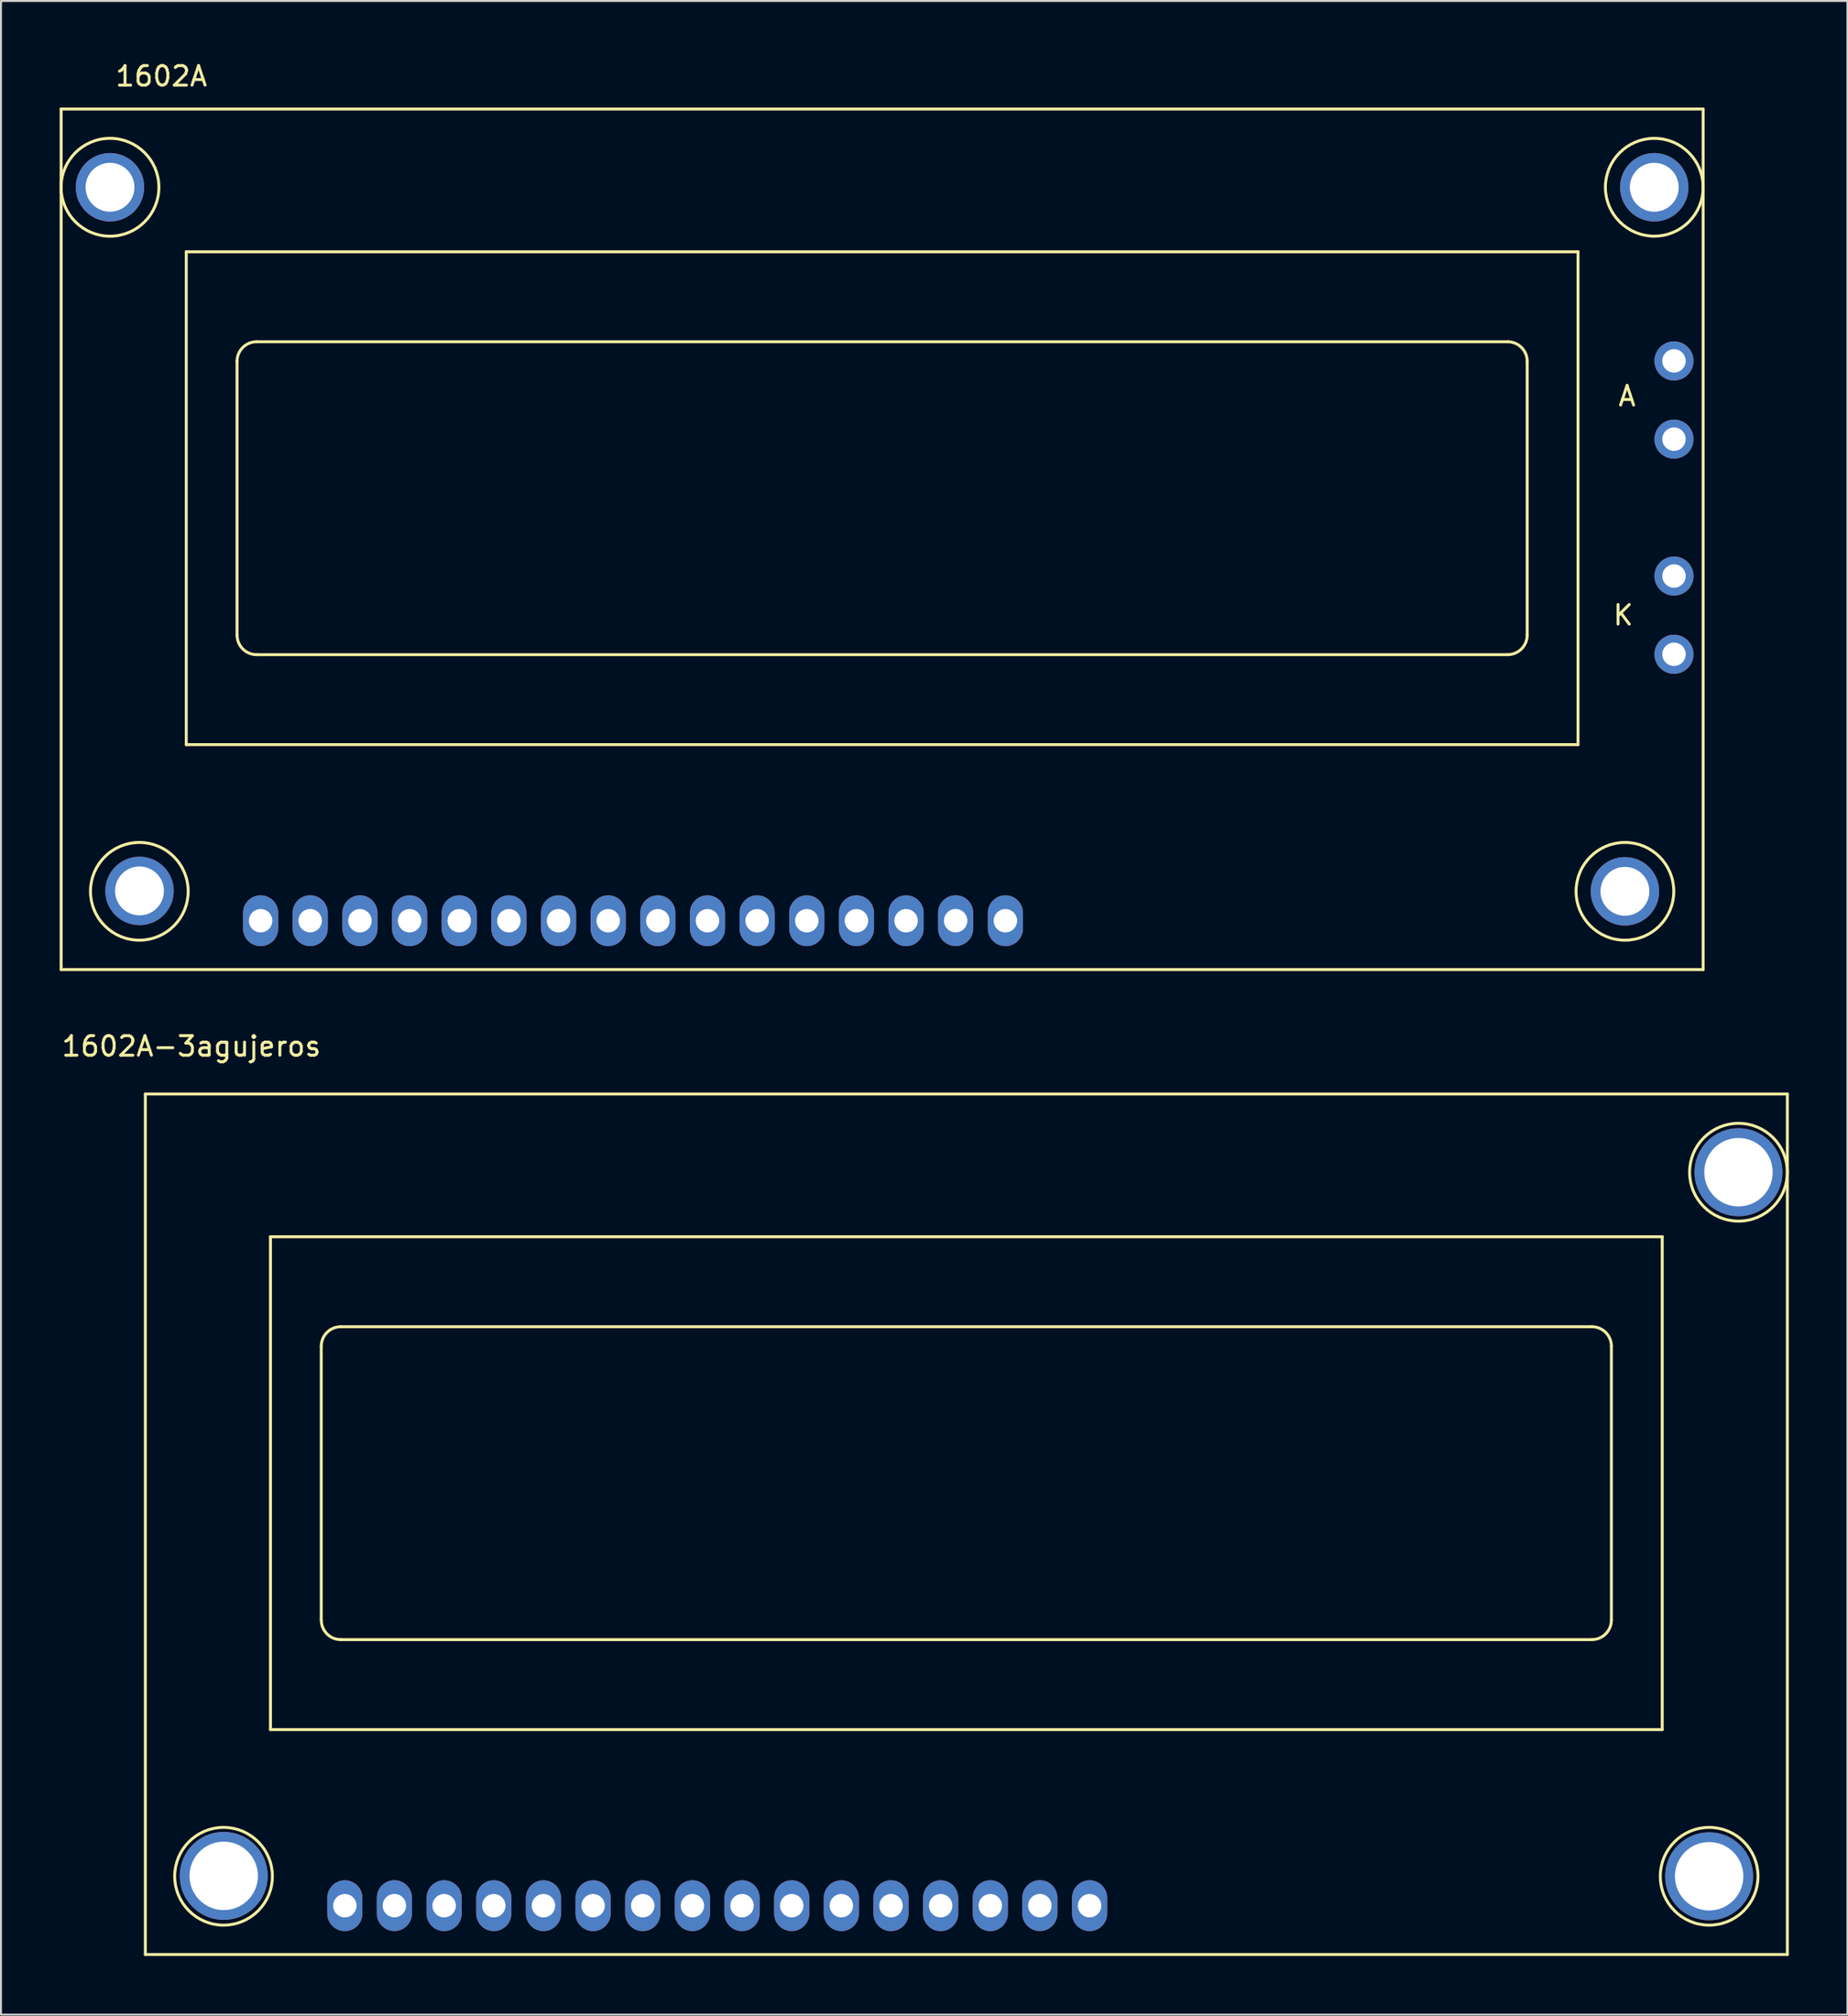
<source format=kicad_pcb>
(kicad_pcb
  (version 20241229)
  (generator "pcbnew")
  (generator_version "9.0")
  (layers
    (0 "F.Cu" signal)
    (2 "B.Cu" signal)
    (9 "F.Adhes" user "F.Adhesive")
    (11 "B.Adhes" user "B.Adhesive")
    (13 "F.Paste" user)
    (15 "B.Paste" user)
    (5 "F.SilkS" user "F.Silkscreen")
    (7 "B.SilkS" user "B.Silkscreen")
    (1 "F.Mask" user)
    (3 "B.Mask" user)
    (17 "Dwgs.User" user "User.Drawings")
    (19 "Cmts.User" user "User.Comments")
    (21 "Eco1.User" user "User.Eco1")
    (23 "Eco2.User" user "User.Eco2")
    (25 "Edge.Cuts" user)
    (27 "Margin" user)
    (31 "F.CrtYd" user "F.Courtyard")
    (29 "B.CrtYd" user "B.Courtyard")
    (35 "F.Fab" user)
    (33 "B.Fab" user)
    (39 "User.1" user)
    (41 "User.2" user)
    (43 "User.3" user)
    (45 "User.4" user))
  (footprint "1602A"
    (layer "F.Cu")
    (at 4.087 42.504)
    (property "Reference" "1602A" (at 1.116 -41.656 0) (layer "F.SilkS") (effects (font (size 1 1) (thickness 0.15))))
    (attr through_hole)
    (fp_line (start -4.01 -39.98) (end -4.01 4.021) (stroke (width 0.15) (type solid)) (layer "F.SilkS"))
    (fp_line (start 2.391 -32.68) (end 73.59 -32.68) (stroke (width 0.15) (type solid)) (layer "F.SilkS"))
    (fp_line (start 2.391 -7.48) (end 2.391 -32.68) (stroke (width 0.15) (type solid)) (layer "F.SilkS"))
    (fp_line (start 4.989 -13.078) (end 4.989 -27.079) (stroke (width 0.15) (type solid)) (layer "F.SilkS"))
    (fp_line (start 5.99 -28.08) (end 69.991 -28.08) (stroke (width 0.15) (type solid)) (layer "F.SilkS"))
    (fp_line (start 69.991 -12.08) (end 5.99 -12.08) (stroke (width 0.15) (type solid)) (layer "F.SilkS"))
    (fp_line (start 70.989 -27.079) (end 70.989 -13.078) (stroke (width 0.15) (type solid)) (layer "F.SilkS"))
    (fp_line (start 73.59 -32.68) (end 73.59 -7.48) (stroke (width 0.15) (type solid)) (layer "F.SilkS"))
    (fp_line (start 73.59 -7.48) (end 2.391 -7.48) (stroke (width 0.15) (type solid)) (layer "F.SilkS"))
    (fp_line (start 79.991 -39.98) (end -4.01 -39.98) (stroke (width 0.15) (type solid)) (layer "F.SilkS"))
    (fp_line (start 79.991 -39.98) (end 79.991 4.021) (stroke (width 0.15) (type solid)) (layer "F.SilkS"))
    (fp_line (start 79.991 4.021) (end -4.01 4.021) (stroke (width 0.15) (type solid)) (layer "F.SilkS"))
    (fp_arc (start 4.9895 -27.07894) (mid 5.282616 -27.786584) (end 5.99026 -28.0797) (stroke (width 0.15) (type solid)) (layer "F.SilkS"))
    (fp_arc (start 5.99026 -12.08024) (mid 5.284412 -12.372612) (end 4.99204 -13.07846) (stroke (width 0.15) (type solid)) (layer "F.SilkS"))
    (fp_arc (start 69.99064 -28.0797) (mid 70.698284 -27.786584) (end 70.9914 -27.07894) (stroke (width 0.15) (type solid)) (layer "F.SilkS"))
    (fp_arc (start 70.98886 -13.07846) (mid 70.696488 -12.372612) (end 69.99064 -12.08024) (stroke (width 0.15) (type solid)) (layer "F.SilkS"))
    (fp_circle (center -1.51 -35.979) (end 0.992 -35.979) (stroke (width 0.15) (type solid)) (fill no) (layer "F.SilkS"))
    (fp_circle (center -0.009 0.02) (end 2.49 0.02) (stroke (width 0.15) (type solid)) (fill no) (layer "F.SilkS"))
    (fp_circle (center 75.99 0.02) (end 78.489 0.02) (stroke (width 0.15) (type solid)) (fill no) (layer "F.SilkS"))
    (fp_circle (center 77.491 -35.979) (end 79.991 -35.979) (stroke (width 0.15) (type solid)) (fill no) (layer "F.SilkS"))
    (fp_text user "K" (at 75.9 -14.1 0) (layer "F.SilkS") (effects (font (size 1 1) (thickness 0.15))))
    (fp_text user "A" (at 76.1 -25.3 0) (layer "F.SilkS") (effects (font (size 1 1) (thickness 0.15))))
    (pad "0" thru_hole circle (at -1.51 -35.979) (size 3.5 3.5) (drill 2.5) (layers "*.Cu" "*.Mask"))
    (pad "0" thru_hole circle (at 0 0) (size 3.5 3.5) (drill 2.5) (layers "*.Cu" "*.Mask"))
    (pad "0" thru_hole circle (at 75.99 0.02) (size 3.5 3.5) (drill 2.5) (layers "*.Cu" "*.Mask"))
    (pad "0" thru_hole circle (at 77.491 -35.979) (size 3.5 3.5) (drill 2.5) (layers "*.Cu" "*.Mask"))
    (pad "1" thru_hole oval (at 39.216 1.524) (size 1.8 2.6) (drill 1.2) (layers "*.Cu" "*.Mask"))
    (pad "2" thru_hole oval (at 36.676 1.524) (size 1.8 2.6) (drill 1.2) (layers "*.Cu" "*.Mask"))
    (pad "3" thru_hole oval (at 34.136 1.524) (size 1.8 2.6) (drill 1.2) (layers "*.Cu" "*.Mask"))
    (pad "4" thru_hole oval (at 31.596 1.524) (size 1.8 2.6) (drill 1.2) (layers "*.Cu" "*.Mask"))
    (pad "5" thru_hole oval (at 29.056 1.524) (size 1.8 2.6) (drill 1.2) (layers "*.Cu" "*.Mask"))
    (pad "6" thru_hole oval (at 26.516 1.524) (size 1.8 2.6) (drill 1.2) (layers "*.Cu" "*.Mask"))
    (pad "7" thru_hole oval (at 23.976 1.524) (size 1.8 2.6) (drill 1.2) (layers "*.Cu" "*.Mask"))
    (pad "8" thru_hole oval (at 21.436 1.524) (size 1.8 2.6) (drill 1.2) (layers "*.Cu" "*.Mask"))
    (pad "9" thru_hole oval (at 18.896 1.524) (size 1.8 2.6) (drill 1.2) (layers "*.Cu" "*.Mask"))
    (pad "10" thru_hole oval (at 16.356 1.524) (size 1.8 2.6) (drill 1.2) (layers "*.Cu" "*.Mask"))
    (pad "11" thru_hole oval (at 13.816 1.524) (size 1.8 2.6) (drill 1.2) (layers "*.Cu" "*.Mask"))
    (pad "12" thru_hole oval (at 11.276 1.524) (size 1.8 2.6) (drill 1.2) (layers "*.Cu" "*.Mask"))
    (pad "13" thru_hole oval (at 8.731 1.521) (size 1.8 2.6) (drill 1.2) (layers "*.Cu" "*.Mask"))
    (pad "14" thru_hole oval (at 6.196 1.524) (size 1.8 2.6) (drill 1.2) (layers "*.Cu" "*.Mask"))
    (pad "15" thru_hole oval (at 44.296 1.524) (size 1.8 2.6) (drill 1.2) (layers "*.Cu" "*.Mask"))
    (pad "15" thru_hole oval (at 78.5 -27.1) (size 2 2) (drill 1.2) (layers "*.Cu" "*.Mask"))
    (pad "15" thru_hole oval (at 78.5 -23.1) (size 2 2) (drill 1.2) (layers "*.Cu" "*.Mask"))
    (pad "16" thru_hole oval (at 41.751 1.521) (size 1.8 2.6) (drill 1.2) (layers "*.Cu" "*.Mask"))
    (pad "16" thru_hole oval (at 78.5 -16.1) (size 2 2) (drill 1.2) (layers "*.Cu" "*.Mask"))
    (pad "16" thru_hole oval (at 78.5 -12.1) (size 2 2) (drill 1.2) (layers "*.Cu" "*.Mask")))
  (footprint "1602A-3agujeros"
    (layer "F.Cu")
    (at 8.395 92.866)
    (property "Reference" "1602A-3agujeros" (at -1.651 -42.418 0) (layer "F.SilkS") (effects (font (size 1 1) (thickness 0.15))))
    (attr through_hole)
    (fp_line (start -4.01 -39.98) (end -4.01 4.021) (stroke (width 0.15) (type solid)) (layer "F.SilkS"))
    (fp_line (start 2.391 -32.68) (end 73.59 -32.68) (stroke (width 0.15) (type solid)) (layer "F.SilkS"))
    (fp_line (start 2.391 -7.48) (end 2.391 -32.68) (stroke (width 0.15) (type solid)) (layer "F.SilkS"))
    (fp_line (start 4.989 -13.078) (end 4.989 -27.079) (stroke (width 0.15) (type solid)) (layer "F.SilkS"))
    (fp_line (start 5.99 -28.08) (end 69.991 -28.08) (stroke (width 0.15) (type solid)) (layer "F.SilkS"))
    (fp_line (start 69.991 -12.08) (end 5.99 -12.08) (stroke (width 0.15) (type solid)) (layer "F.SilkS"))
    (fp_line (start 70.989 -27.079) (end 70.989 -13.078) (stroke (width 0.15) (type solid)) (layer "F.SilkS"))
    (fp_line (start 73.59 -32.68) (end 73.59 -7.48) (stroke (width 0.15) (type solid)) (layer "F.SilkS"))
    (fp_line (start 73.59 -7.48) (end 2.391 -7.48) (stroke (width 0.15) (type solid)) (layer "F.SilkS"))
    (fp_line (start 79.991 -39.98) (end -4.01 -39.98) (stroke (width 0.15) (type solid)) (layer "F.SilkS"))
    (fp_line (start 79.991 -39.98) (end 79.991 4.021) (stroke (width 0.15) (type solid)) (layer "F.SilkS"))
    (fp_line (start 79.991 4.021) (end -4.01 4.021) (stroke (width 0.15) (type solid)) (layer "F.SilkS"))
    (fp_arc (start 4.9895 -27.07894) (mid 5.282616 -27.786584) (end 5.99026 -28.0797) (stroke (width 0.15) (type solid)) (layer "F.SilkS"))
    (fp_arc (start 5.99026 -12.08024) (mid 5.284412 -12.372612) (end 4.99204 -13.07846) (stroke (width 0.15) (type solid)) (layer "F.SilkS"))
    (fp_arc (start 69.99064 -28.0797) (mid 70.698284 -27.786584) (end 70.9914 -27.07894) (stroke (width 0.15) (type solid)) (layer "F.SilkS"))
    (fp_arc (start 70.98886 -13.07846) (mid 70.696488 -12.372612) (end 69.99064 -12.08024) (stroke (width 0.15) (type solid)) (layer "F.SilkS"))
    (fp_circle (center -0.009 0.02) (end 2.49 0.02) (stroke (width 0.15) (type solid)) (fill no) (layer "F.SilkS"))
    (fp_circle (center 75.99 0.02) (end 78.489 0.02) (stroke (width 0.15) (type solid)) (fill no) (layer "F.SilkS"))
    (fp_circle (center 77.491 -35.979) (end 79.991 -35.979) (stroke (width 0.15) (type solid)) (fill no) (layer "F.SilkS"))
    (pad "0" thru_hole circle (at 0 0) (size 4.5 4.5) (drill 3.5) (layers "*.Cu" "*.Mask"))
    (pad "0" thru_hole circle (at 75.99 0.02) (size 4.5 4.5) (drill 3.5) (layers "*.Cu" "*.Mask"))
    (pad "0" thru_hole circle (at 77.491 -35.979) (size 4.5 4.5) (drill 3.5) (layers "*.Cu" "*.Mask"))
    (pad "1" thru_hole oval (at 39.216 1.524) (size 1.8 2.6) (drill 1.2) (layers "*.Cu" "*.Mask"))
    (pad "2" thru_hole oval (at 36.676 1.524) (size 1.8 2.6) (drill 1.2) (layers "*.Cu" "*.Mask"))
    (pad "3" thru_hole oval (at 34.136 1.524) (size 1.8 2.6) (drill 1.2) (layers "*.Cu" "*.Mask"))
    (pad "4" thru_hole oval (at 31.596 1.524) (size 1.8 2.6) (drill 1.2) (layers "*.Cu" "*.Mask"))
    (pad "5" thru_hole oval (at 29.056 1.524) (size 1.8 2.6) (drill 1.2) (layers "*.Cu" "*.Mask"))
    (pad "6" thru_hole oval (at 26.516 1.524) (size 1.8 2.6) (drill 1.2) (layers "*.Cu" "*.Mask"))
    (pad "7" thru_hole oval (at 23.976 1.524) (size 1.8 2.6) (drill 1.2) (layers "*.Cu" "*.Mask"))
    (pad "8" thru_hole oval (at 21.436 1.524) (size 1.8 2.6) (drill 1.2) (layers "*.Cu" "*.Mask"))
    (pad "9" thru_hole oval (at 18.896 1.524) (size 1.8 2.6) (drill 1.2) (layers "*.Cu" "*.Mask"))
    (pad "10" thru_hole oval (at 16.356 1.524) (size 1.8 2.6) (drill 1.2) (layers "*.Cu" "*.Mask"))
    (pad "11" thru_hole oval (at 13.816 1.524) (size 1.8 2.6) (drill 1.2) (layers "*.Cu" "*.Mask"))
    (pad "12" thru_hole oval (at 11.276 1.524) (size 1.8 2.6) (drill 1.2) (layers "*.Cu" "*.Mask"))
    (pad "13" thru_hole oval (at 8.731 1.521) (size 1.8 2.6) (drill 1.2) (layers "*.Cu" "*.Mask"))
    (pad "14" thru_hole oval (at 6.196 1.524) (size 1.8 2.6) (drill 1.2) (layers "*.Cu" "*.Mask"))
    (pad "15" thru_hole oval (at 44.296 1.524) (size 1.8 2.6) (drill 1.2) (layers "*.Cu" "*.Mask"))
    (pad "16" thru_hole oval (at 41.751 1.521) (size 1.8 2.6) (drill 1.2) (layers "*.Cu" "*.Mask")))
  (gr_rect
    (start -3 -3)
    (end 91.461 99.962)
    (stroke (width 0.1) (type default))
    (fill no)
    (layer "Edge.Cuts")))
</source>
